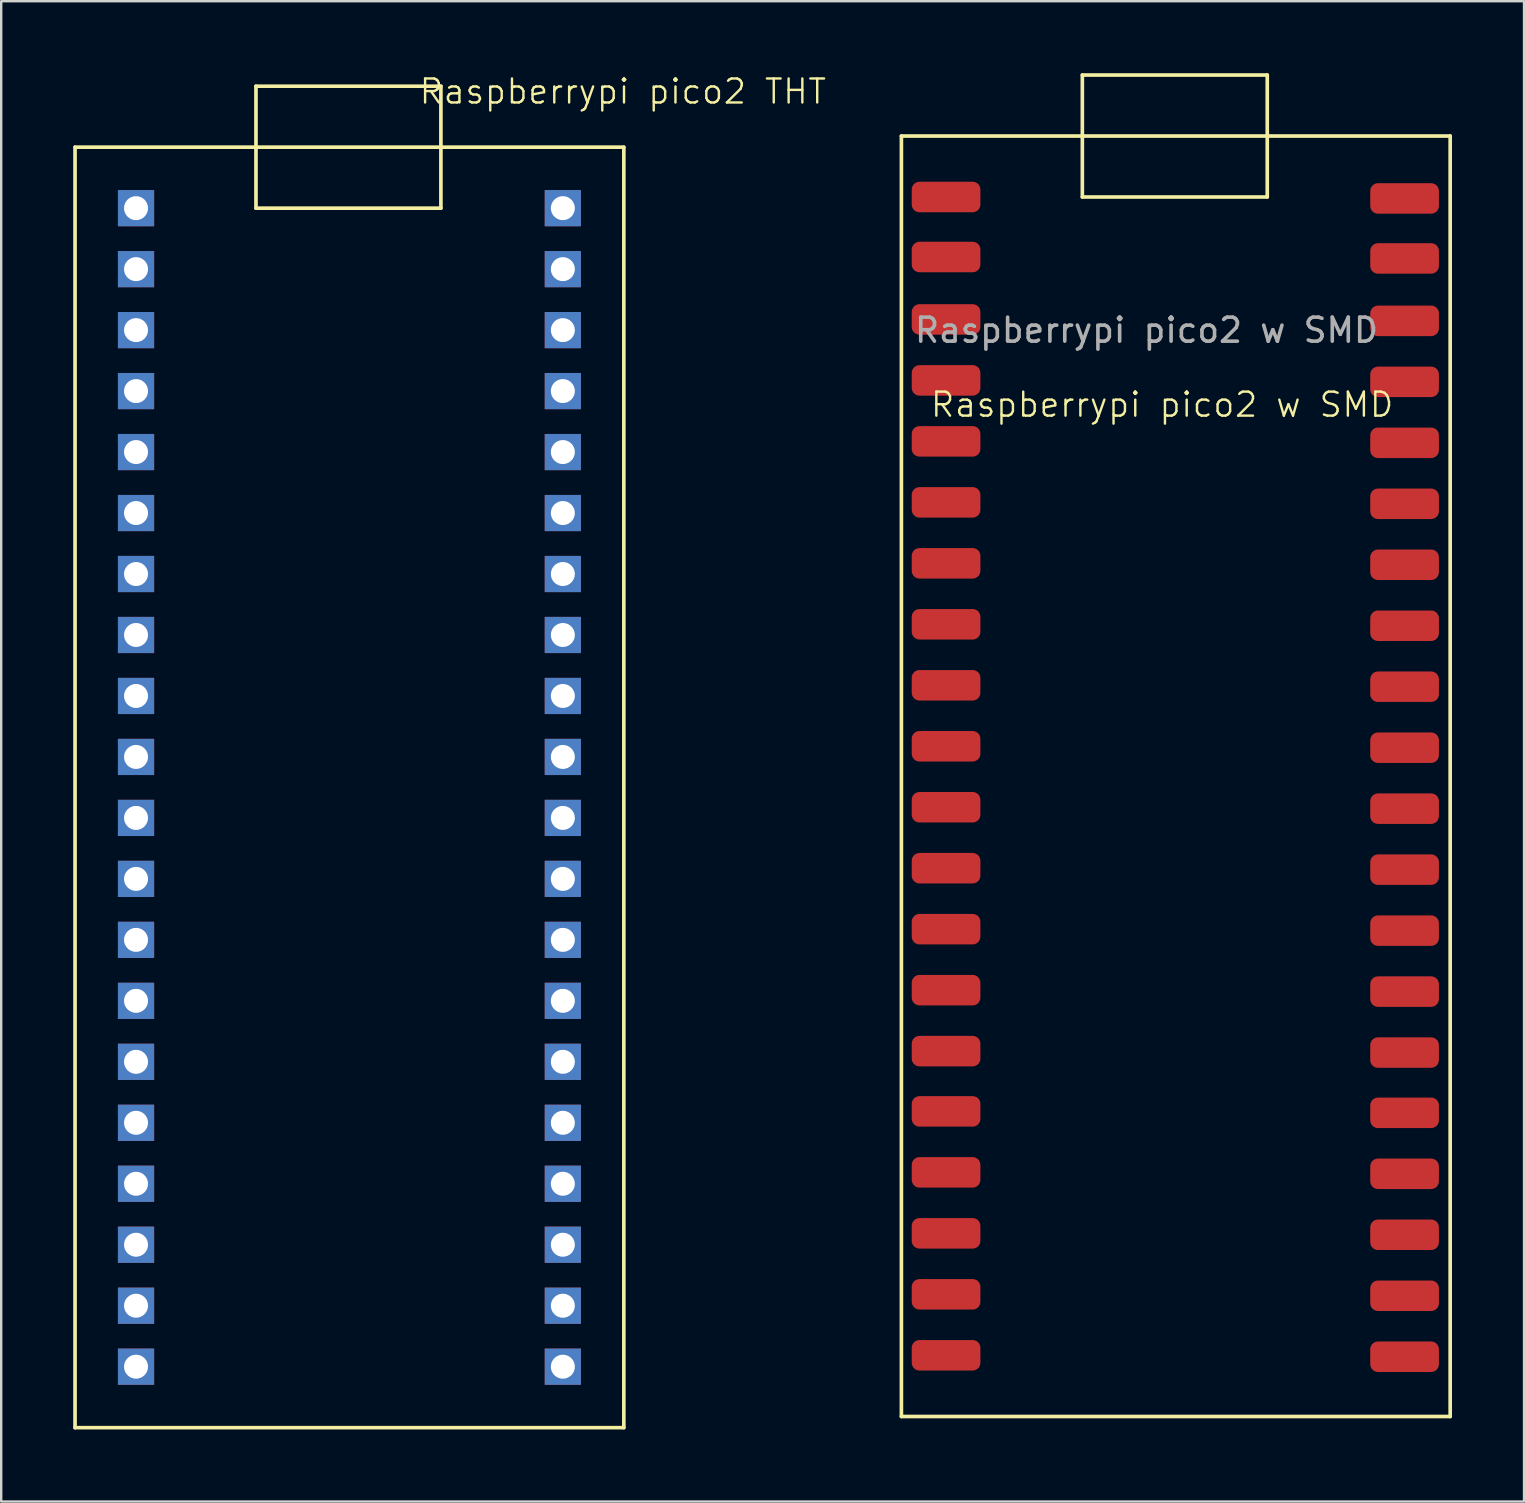
<source format=kicad_pcb>
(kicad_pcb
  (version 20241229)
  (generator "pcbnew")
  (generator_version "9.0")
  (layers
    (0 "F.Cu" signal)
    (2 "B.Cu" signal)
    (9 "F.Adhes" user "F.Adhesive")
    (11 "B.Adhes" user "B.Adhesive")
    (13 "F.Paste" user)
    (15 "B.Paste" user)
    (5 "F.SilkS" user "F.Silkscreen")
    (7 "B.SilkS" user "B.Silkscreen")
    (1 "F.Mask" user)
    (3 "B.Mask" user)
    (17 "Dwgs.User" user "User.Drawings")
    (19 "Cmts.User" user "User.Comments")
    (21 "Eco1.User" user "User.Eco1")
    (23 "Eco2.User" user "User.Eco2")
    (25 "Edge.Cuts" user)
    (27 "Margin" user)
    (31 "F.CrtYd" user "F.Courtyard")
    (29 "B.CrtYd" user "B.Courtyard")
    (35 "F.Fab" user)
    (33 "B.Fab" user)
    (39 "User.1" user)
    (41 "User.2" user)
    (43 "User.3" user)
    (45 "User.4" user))
  (footprint "Raspberrypi pico2 w SMD"
    (layer "F.Cu")
    (at 44.879 22.406)
    (property "Reference" "Raspberrypi pico2 w SMD" (at 0.48 -8.6 0) (unlocked yes) (layer "F.SilkS") (effects (font (size 1 1) (thickness 0.1))))
    (attr smd)
    (fp_line (start -10.38 -19.79) (end -10.38 33.55) (stroke (width 0.152) (type solid)) (layer "F.SilkS"))
    (fp_line (start -10.38 33.55) (end 12.48 33.55) (stroke (width 0.152) (type solid)) (layer "F.SilkS"))
    (fp_line (start -2.843 -22.33) (end -2.843 -17.25) (stroke (width 0.152) (type solid)) (layer "F.SilkS"))
    (fp_line (start -2.843 -17.25) (end 4.86 -17.25) (stroke (width 0.152) (type solid)) (layer "F.SilkS"))
    (fp_line (start 4.86 -22.33) (end -2.843 -22.33) (stroke (width 0.152) (type solid)) (layer "F.SilkS"))
    (fp_line (start 4.86 -17.25) (end 4.86 -22.33) (stroke (width 0.152) (type solid)) (layer "F.SilkS"))
    (fp_line (start 12.48 -19.79) (end -10.38 -19.79) (stroke (width 0.152) (type solid)) (layer "F.SilkS"))
    (fp_line (start 12.48 33.55) (end 12.48 -19.79) (stroke (width 0.152) (type solid)) (layer "F.SilkS"))
    (fp_text user "${REFERENCE}" (at -0.17 -11.7 0) (unlocked yes) (layer "F.Fab") (effects (font (size 1 1) (thickness 0.15))))
    (pad "1" connect roundrect (at -8.52 -17.25 180) (size 2.86 1.27) (layers "F.Cu" "F.Mask") (roundrect_rratio 0.25))
    (pad "2" connect roundrect (at -8.52 -14.75 180) (size 2.86 1.27) (layers "F.Cu" "F.Mask") (roundrect_rratio 0.25))
    (pad "3" connect roundrect (at -8.52 -12.15 180) (size 2.86 1.27) (layers "F.Cu" "F.Mask") (roundrect_rratio 0.25))
    (pad "4" connect roundrect (at -8.52 -9.61 180) (size 2.86 1.27) (layers "F.Cu" "F.Mask") (roundrect_rratio 0.25))
    (pad "5" connect roundrect (at -8.52 -7.07 180) (size 2.86 1.27) (layers "F.Cu" "F.Mask") (roundrect_rratio 0.25))
    (pad "6" connect roundrect (at -8.52 -4.53 180) (size 2.86 1.27) (layers "F.Cu" "F.Mask") (roundrect_rratio 0.25))
    (pad "7" connect roundrect (at -8.52 -1.99 180) (size 2.86 1.27) (layers "F.Cu" "F.Mask") (roundrect_rratio 0.25))
    (pad "8" connect roundrect (at -8.52 0.55 180) (size 2.86 1.27) (layers "F.Cu" "F.Mask") (roundrect_rratio 0.25))
    (pad "9" connect roundrect (at -8.52 3.09 180) (size 2.86 1.27) (layers "F.Cu" "F.Mask") (roundrect_rratio 0.25))
    (pad "10" connect roundrect (at -8.52 5.63 180) (size 2.86 1.27) (layers "F.Cu" "F.Mask") (roundrect_rratio 0.25))
    (pad "11" connect roundrect (at -8.52 8.17 180) (size 2.86 1.27) (layers "F.Cu" "F.Mask") (roundrect_rratio 0.25))
    (pad "12" connect roundrect (at -8.52 10.71 180) (size 2.86 1.27) (layers "F.Cu" "F.Mask") (roundrect_rratio 0.25))
    (pad "13" connect roundrect (at -8.52 13.25 180) (size 2.86 1.27) (layers "F.Cu" "F.Mask") (roundrect_rratio 0.25))
    (pad "14" connect roundrect (at -8.52 15.79 180) (size 2.86 1.27) (layers "F.Cu" "F.Mask") (roundrect_rratio 0.25))
    (pad "15" connect roundrect (at -8.52 18.33 180) (size 2.86 1.27) (layers "F.Cu" "F.Mask") (roundrect_rratio 0.25))
    (pad "16" connect roundrect (at -8.52 20.84 180) (size 2.86 1.27) (layers "F.Cu" "F.Mask") (roundrect_rratio 0.25))
    (pad "17" connect roundrect (at -8.52 23.38 180) (size 2.86 1.27) (layers "F.Cu" "F.Mask") (roundrect_rratio 0.25))
    (pad "18" connect roundrect (at -8.52 25.92 180) (size 2.86 1.27) (layers "F.Cu" "F.Mask") (roundrect_rratio 0.25))
    (pad "19" connect roundrect (at -8.52 28.46 180) (size 2.86 1.27) (layers "F.Cu" "F.Mask") (roundrect_rratio 0.25))
    (pad "20" connect roundrect (at -8.52 31 180) (size 2.86 1.27) (layers "F.Cu" "F.Mask") (roundrect_rratio 0.25))
    (pad "21" connect roundrect (at 10.58 31.06 180) (size 2.86 1.27) (layers "F.Cu" "F.Mask") (roundrect_rratio 0.25))
    (pad "22" connect roundrect (at 10.58 28.52 180) (size 2.86 1.27) (layers "F.Cu" "F.Mask") (roundrect_rratio 0.25))
    (pad "23" connect roundrect (at 10.58 25.98 180) (size 2.86 1.27) (layers "F.Cu" "F.Mask") (roundrect_rratio 0.25))
    (pad "24" connect roundrect (at 10.58 23.44 180) (size 2.86 1.27) (layers "F.Cu" "F.Mask") (roundrect_rratio 0.25))
    (pad "25" connect roundrect (at 10.58 20.9 180) (size 2.86 1.27) (layers "F.Cu" "F.Mask") (roundrect_rratio 0.25))
    (pad "26" connect roundrect (at 10.58 18.39 180) (size 2.86 1.27) (layers "F.Cu" "F.Mask") (roundrect_rratio 0.25))
    (pad "27" connect roundrect (at 10.58 15.85 180) (size 2.86 1.27) (layers "F.Cu" "F.Mask") (roundrect_rratio 0.25))
    (pad "28" connect roundrect (at 10.58 13.31 180) (size 2.86 1.27) (layers "F.Cu" "F.Mask") (roundrect_rratio 0.25))
    (pad "29" connect roundrect (at 10.58 10.77 180) (size 2.86 1.27) (layers "F.Cu" "F.Mask") (roundrect_rratio 0.25))
    (pad "30" connect roundrect (at 10.58 8.23 180) (size 2.86 1.27) (layers "F.Cu" "F.Mask") (roundrect_rratio 0.25))
    (pad "31" connect roundrect (at 10.58 5.69 180) (size 2.86 1.27) (layers "F.Cu" "F.Mask") (roundrect_rratio 0.25))
    (pad "32" connect roundrect (at 10.58 3.15 180) (size 2.86 1.27) (layers "F.Cu" "F.Mask") (roundrect_rratio 0.25))
    (pad "33" connect roundrect (at 10.58 0.61 180) (size 2.86 1.27) (layers "F.Cu" "F.Mask") (roundrect_rratio 0.25))
    (pad "34" connect roundrect (at 10.58 -1.93 180) (size 2.86 1.27) (layers "F.Cu" "F.Mask") (roundrect_rratio 0.25))
    (pad "35" connect roundrect (at 10.58 -4.47 180) (size 2.86 1.27) (layers "F.Cu" "F.Mask") (roundrect_rratio 0.25))
    (pad "36" connect roundrect (at 10.58 -7.01 180) (size 2.86 1.27) (layers "F.Cu" "F.Mask") (roundrect_rratio 0.25))
    (pad "37" connect roundrect (at 10.58 -9.55 180) (size 2.86 1.27) (layers "F.Cu" "F.Mask") (roundrect_rratio 0.25))
    (pad "38" connect roundrect (at 10.58 -12.09 180) (size 2.86 1.27) (layers "F.Cu" "F.Mask") (roundrect_rratio 0.25))
    (pad "39" connect roundrect (at 10.58 -14.69 180) (size 2.86 1.27) (layers "F.Cu" "F.Mask") (roundrect_rratio 0.25))
    (pad "40" connect roundrect (at 10.58 -17.19 180) (size 2.86 1.27) (layers "F.Cu" "F.Mask") (roundrect_rratio 0.25)))
  (footprint "Raspberrypi pico2 THT"
    (layer "F.Cu")
    (at 12.396 29.761)
    (property "Reference" "Raspberrypi pico2 THT" (at 10.5 -29 0) (unlocked yes) (layer "F.SilkS") (effects (font (size 1 1) (thickness 0.1))))
    (attr through_hole)
    (fp_line (start -12.32 -26.68) (end -12.32 26.66) (stroke (width 0.152) (type solid)) (layer "F.SilkS"))
    (fp_line (start -12.32 26.66) (end 10.54 26.66) (stroke (width 0.152) (type solid)) (layer "F.SilkS"))
    (fp_line (start -4.783 -29.22) (end -4.783 -24.14) (stroke (width 0.152) (type solid)) (layer "F.SilkS"))
    (fp_line (start -4.783 -24.14) (end 2.92 -24.14) (stroke (width 0.152) (type solid)) (layer "F.SilkS"))
    (fp_line (start 2.92 -29.22) (end -4.783 -29.22) (stroke (width 0.152) (type solid)) (layer "F.SilkS"))
    (fp_line (start 2.92 -24.14) (end 2.92 -29.22) (stroke (width 0.152) (type solid)) (layer "F.SilkS"))
    (fp_line (start 10.54 -26.68) (end -12.32 -26.68) (stroke (width 0.152) (type solid)) (layer "F.SilkS"))
    (fp_line (start 10.54 26.66) (end 10.54 -26.68) (stroke (width 0.152) (type solid)) (layer "F.SilkS"))
    (pad "3V3" thru_hole rect (at 8 -13.98) (size 1.508 1.508) (drill 1) (layers "*.Cu" "*.Mask"))
    (pad "3V3_EN" thru_hole rect (at 8 -16.52) (size 1.508 1.508) (drill 1) (layers "*.Cu" "*.Mask"))
    (pad "ADC_VREF" thru_hole rect (at 8 -11.44) (size 1.508 1.508) (drill 1) (layers "*.Cu" "*.Mask"))
    (pad "AGND" thru_hole rect (at 8 -6.36) (size 1.508 1.508) (drill 1) (layers "*.Cu" "*.Mask"))
    (pad "GND" thru_hole rect (at -9.78 -19.06) (size 1.508 1.508) (drill 1) (layers "*.Cu" "*.Mask"))
    (pad "GND" thru_hole rect (at -9.78 -6.36) (size 1.508 1.508) (drill 1) (layers "*.Cu" "*.Mask"))
    (pad "GND" thru_hole rect (at -9.78 6.34) (size 1.508 1.508) (drill 1) (layers "*.Cu" "*.Mask"))
    (pad "GND" thru_hole rect (at -9.78 19.04) (size 1.508 1.508) (drill 1) (layers "*.Cu" "*.Mask"))
    (pad "GND" thru_hole rect (at 8 -19.06) (size 1.508 1.508) (drill 1) (layers "*.Cu" "*.Mask"))
    (pad "GND" thru_hole rect (at 8 6.34) (size 1.508 1.508) (drill 1) (layers "*.Cu" "*.Mask"))
    (pad "GND" thru_hole rect (at 8 19.04) (size 1.508 1.508) (drill 1) (layers "*.Cu" "*.Mask"))
    (pad "GP0" thru_hole rect (at -9.78 -24.14) (size 1.508 1.508) (drill 1) (layers "*.Cu" "*.Mask"))
    (pad "GP1" thru_hole rect (at -9.78 -21.6) (size 1.508 1.508) (drill 1) (layers "*.Cu" "*.Mask"))
    (pad "GP2" thru_hole rect (at -9.78 -16.52) (size 1.508 1.508) (drill 1) (layers "*.Cu" "*.Mask"))
    (pad "GP3" thru_hole rect (at -9.78 -13.98) (size 1.508 1.508) (drill 1) (layers "*.Cu" "*.Mask"))
    (pad "GP4" thru_hole rect (at -9.78 -11.44) (size 1.508 1.508) (drill 1) (layers "*.Cu" "*.Mask"))
    (pad "GP5" thru_hole rect (at -9.78 -8.9) (size 1.508 1.508) (drill 1) (layers "*.Cu" "*.Mask"))
    (pad "GP6" thru_hole rect (at -9.78 -3.82) (size 1.508 1.508) (drill 1) (layers "*.Cu" "*.Mask"))
    (pad "GP7" thru_hole rect (at -9.78 -1.28) (size 1.508 1.508) (drill 1) (layers "*.Cu" "*.Mask"))
    (pad "GP8" thru_hole rect (at -9.78 1.26) (size 1.508 1.508) (drill 1) (layers "*.Cu" "*.Mask"))
    (pad "GP9" thru_hole rect (at -9.78 3.8) (size 1.508 1.508) (drill 1) (layers "*.Cu" "*.Mask"))
    (pad "GP10" thru_hole rect (at -9.78 8.88) (size 1.508 1.508) (drill 1) (layers "*.Cu" "*.Mask"))
    (pad "GP11" thru_hole rect (at -9.78 11.42) (size 1.508 1.508) (drill 1) (layers "*.Cu" "*.Mask"))
    (pad "GP12" thru_hole rect (at -9.78 13.96) (size 1.508 1.508) (drill 1) (layers "*.Cu" "*.Mask"))
    (pad "GP13" thru_hole rect (at -9.78 16.5) (size 1.508 1.508) (drill 1) (layers "*.Cu" "*.Mask"))
    (pad "GP14" thru_hole rect (at -9.78 21.58) (size 1.508 1.508) (drill 1) (layers "*.Cu" "*.Mask"))
    (pad "GP15" thru_hole rect (at -9.78 24.12) (size 1.508 1.508) (drill 1) (layers "*.Cu" "*.Mask"))
    (pad "GP16" thru_hole rect (at 8 24.12) (size 1.508 1.508) (drill 1) (layers "*.Cu" "*.Mask"))
    (pad "GP17" thru_hole rect (at 8 21.58) (size 1.508 1.508) (drill 1) (layers "*.Cu" "*.Mask"))
    (pad "GP18" thru_hole rect (at 8 16.5) (size 1.508 1.508) (drill 1) (layers "*.Cu" "*.Mask"))
    (pad "GP19" thru_hole rect (at 8 13.96) (size 1.508 1.508) (drill 1) (layers "*.Cu" "*.Mask"))
    (pad "GP20" thru_hole rect (at 8 11.42) (size 1.508 1.508) (drill 1) (layers "*.Cu" "*.Mask"))
    (pad "GP21" thru_hole rect (at 8 8.88) (size 1.508 1.508) (drill 1) (layers "*.Cu" "*.Mask"))
    (pad "GP22" thru_hole rect (at 8 3.8) (size 1.508 1.508) (drill 1) (layers "*.Cu" "*.Mask"))
    (pad "GP26_A0" thru_hole rect (at 8 -1.28) (size 1.508 1.508) (drill 1) (layers "*.Cu" "*.Mask"))
    (pad "GP27_A1" thru_hole rect (at 8 -3.82) (size 1.508 1.508) (drill 1) (layers "*.Cu" "*.Mask"))
    (pad "GP28_A2" thru_hole rect (at 8 -8.9) (size 1.508 1.508) (drill 1) (layers "*.Cu" "*.Mask"))
    (pad "RUN" thru_hole rect (at 8 1.26) (size 1.508 1.508) (drill 1) (layers "*.Cu" "*.Mask"))
    (pad "VBUS" thru_hole rect (at 8 -24.14) (size 1.508 1.508) (drill 1) (layers "*.Cu" "*.Mask"))
    (pad "VSYS" thru_hole rect (at 8 -21.6) (size 1.508 1.508) (drill 1) (layers "*.Cu" "*.Mask")))
  (gr_rect
    (start -3 -3)
    (end 60.435 59.497)
    (stroke (width 0.1) (type default))
    (fill no)
    (layer "Edge.Cuts")))
</source>
